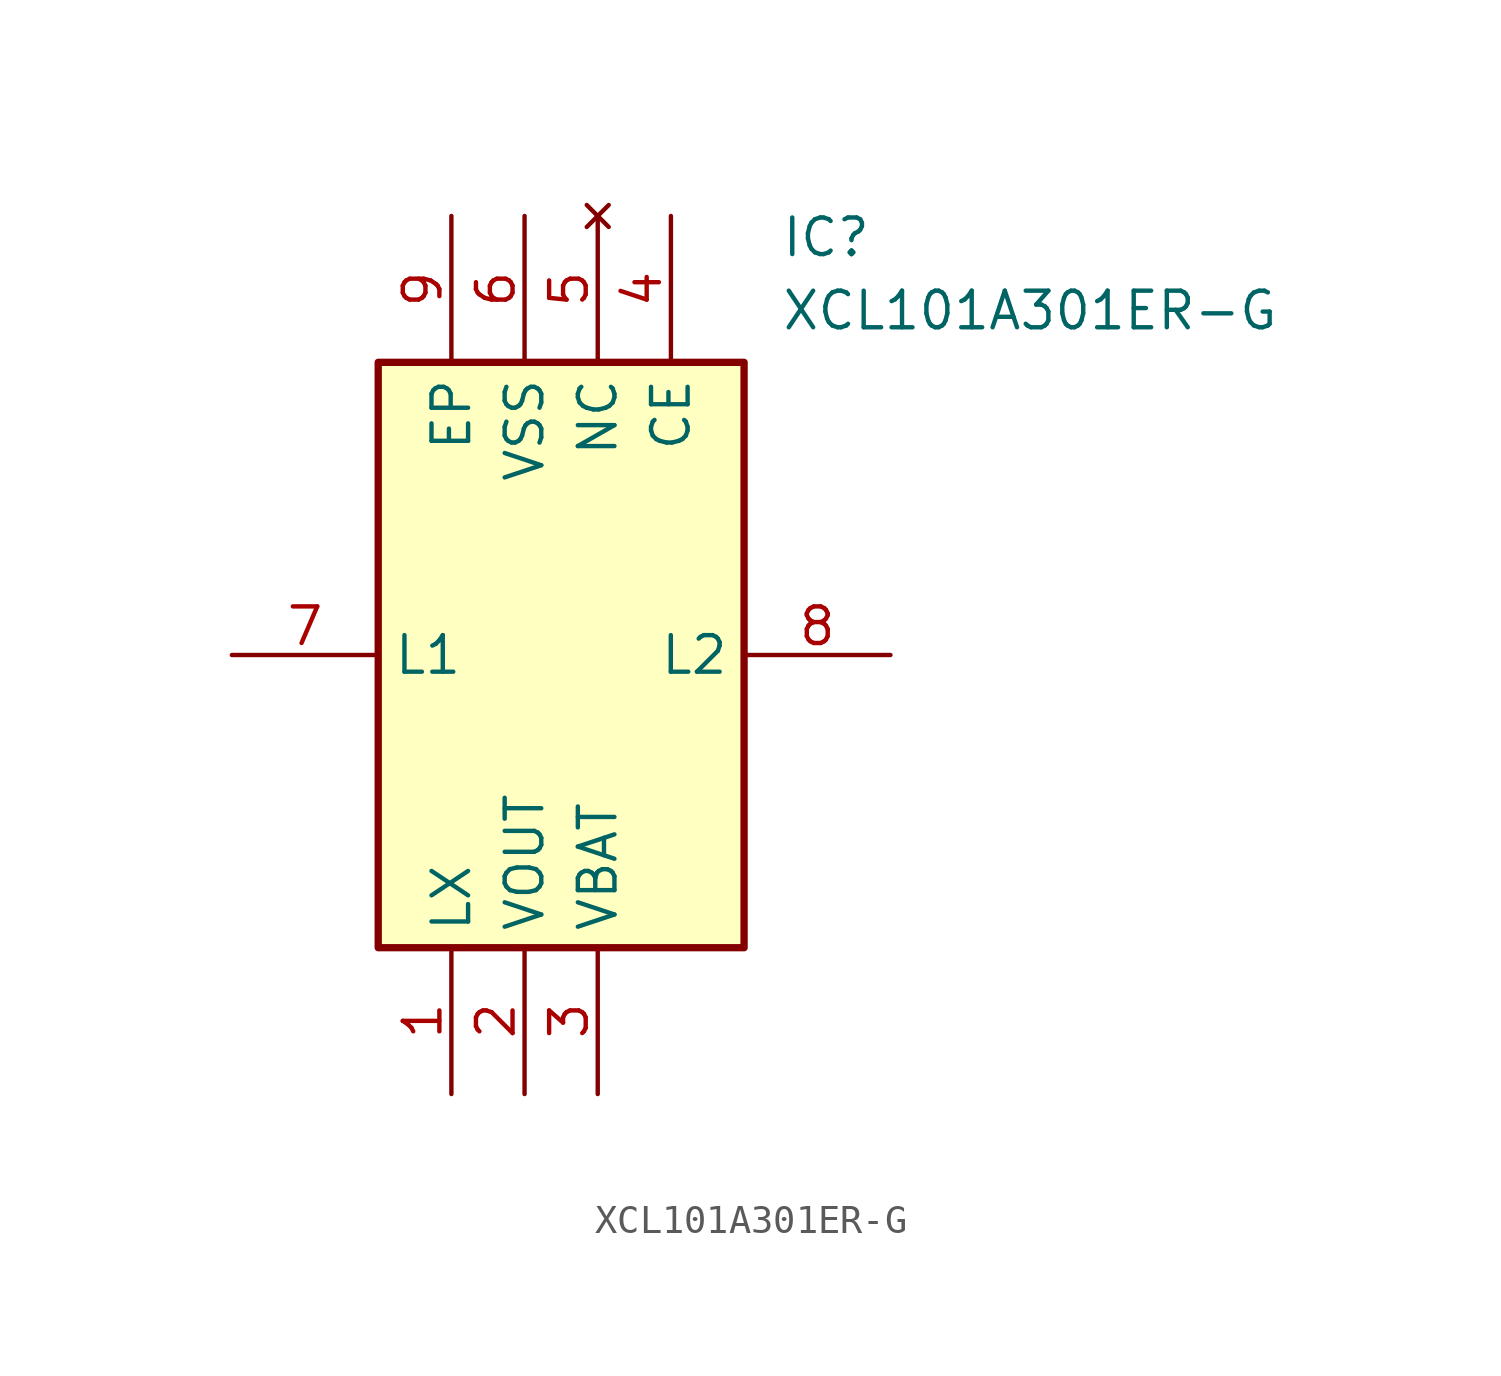
<source format=kicad_sym>
(kicad_symbol_lib
  (version 20211014)
  (generator SamacSys_ECAD_Model)
  (symbol "XCL101A301ER-G"
    (property "Reference" "IC"
      (at 19.05 15.24 0)
      (effects (font (size 1.27 1.27)) (justify left top)))
    (property "Value" "XCL101A301ER-G"
      (at 19.05 12.7 0)
      (effects (font (size 1.27 1.27)) (justify left top)))
    (rectangle
      (start 5.08 10.16)
      (end 17.78 -10.16)
      (stroke (width 0.254) (type default))
      (fill (type background)))
    (pin passive line
      (at 7.62 -15.24 90)
      (length 5.08)
      (name "LX" (effects (font (size 1.27 1.27))))
      (number "1" (effects (font (size 1.27 1.27)))))
    (pin passive line
      (at 10.16 -15.24 90)
      (length 5.08)
      (name "VOUT" (effects (font (size 1.27 1.27))))
      (number "2" (effects (font (size 1.27 1.27)))))
    (pin passive line
      (at 12.7 -15.24 90)
      (length 5.08)
      (name "VBAT" (effects (font (size 1.27 1.27))))
      (number "3" (effects (font (size 1.27 1.27)))))
    (pin passive line
      (at 15.24 15.24 270)
      (length 5.08)
      (name "CE" (effects (font (size 1.27 1.27))))
      (number "4" (effects (font (size 1.27 1.27)))))
    (pin no_connect line
      (at 12.7 15.24 270)
      (length 5.08)
      (name "NC" (effects (font (size 1.27 1.27))))
      (number "5" (effects (font (size 1.27 1.27)))))
    (pin passive line
      (at 10.16 15.24 270)
      (length 5.08)
      (name "VSS" (effects (font (size 1.27 1.27))))
      (number "6" (effects (font (size 1.27 1.27)))))
    (pin passive line
      (at 0 0 0)
      (length 5.08)
      (name "L1" (effects (font (size 1.27 1.27))))
      (number "7" (effects (font (size 1.27 1.27)))))
    (pin passive line
      (at 22.86 0 180)
      (length 5.08)
      (name "L2" (effects (font (size 1.27 1.27))))
      (number "8" (effects (font (size 1.27 1.27)))))
    (pin passive line
      (at 7.62 15.24 270)
      (length 5.08)
      (name "EP" (effects (font (size 1.27 1.27))))
      (number "9" (effects (font (size 1.27 1.27)))))))
</source>
